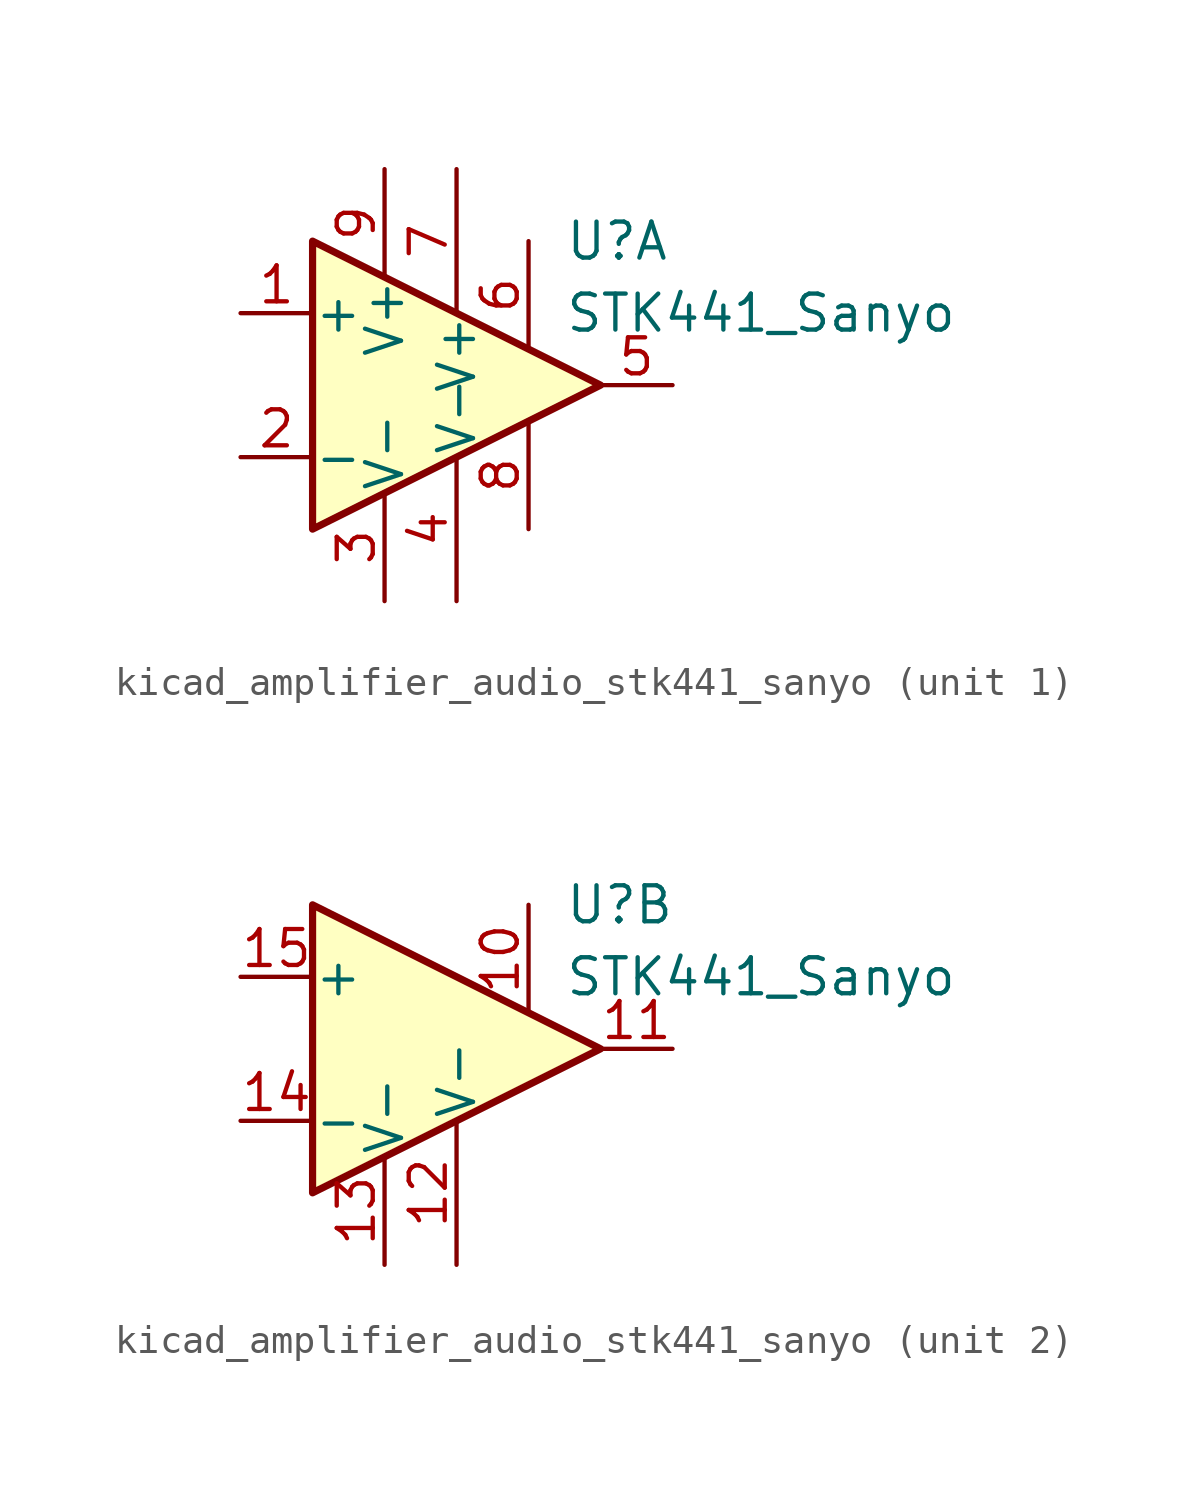
<source format=kicad_sym>
(kicad_symbol_lib
  (version 20220914)
  (generator kicad_symbol_editor)
  (symbol "kicad_amplifier_audio_stk441_sanyo"
    (pin_names
      (offset 0.025))
    (property "Reference" "U"
      (at 3.81 5.08 0)
      (effects (font (size 1.27 1.27)) (justify left)))
    (property "Value" "STK441_Sanyo"
      (at 3.81 2.54 0)
      (effects (font (size 1.27 1.27)) (justify left)))
    (symbol "kicad_amplifier_audio_stk441_sanyo_0_1"
      (polyline (pts (xy -5.08 5.08) (xy 5.08 0) (xy -5.08 -5.08) (xy -5.08 5.08)) (stroke (width 0.254) (type default)) (fill (type background))))
    (symbol "kicad_amplifier_audio_stk441_sanyo_1_1"
      (pin input line (at -7.62 2.54 0) (length 2.54) (name "+" (effects (font (size 1.27 1.27)))) (number "1" (effects (font (size 1.27 1.27)))))
      (pin input line (at -7.62 -2.54 0) (length 2.54) (name "-" (effects (font (size 1.27 1.27)))) (number "2" (effects (font (size 1.27 1.27)))))
      (pin power_in line (at -2.54 -7.62 90) (length 3.81) (name "V-" (effects (font (size 1.27 1.27)))) (number "3" (effects (font (size 1.27 1.27)))))
      (pin power_in line (at 0 -7.62 90) (length 5.08) (name "V-" (effects (font (size 1.27 1.27)))) (number "4" (effects (font (size 1.27 1.27)))))
      (pin output line (at 7.62 0 180) (length 2.54) (name "~" (effects (font (size 1.27 1.27)))) (number "5" (effects (font (size 1.27 1.27)))))
      (pin passive line (at 2.54 5.08 270) (length 3.81) (name "~" (effects (font (size 1.27 1.27)))) (number "6" (effects (font (size 1.27 1.27)))))
      (pin power_in line (at 0 7.62 270) (length 5.08) (name "V+" (effects (font (size 1.27 1.27)))) (number "7" (effects (font (size 1.27 1.27)))))
      (pin power_in line (at 2.54 -5.08 90) (length 3.81) (name "~" (effects (font (size 1.27 1.27)))) (number "8" (effects (font (size 1.27 1.27)))))
      (pin power_in line (at -2.54 7.62 270) (length 3.81) (name "V+" (effects (font (size 1.27 1.27)))) (number "9" (effects (font (size 1.27 1.27))))))
    (symbol "kicad_amplifier_audio_stk441_sanyo_2_1"
      (pin passive line (at 2.54 5.08 270) (length 3.81) (name "~" (effects (font (size 1.27 1.27)))) (number "10" (effects (font (size 1.27 1.27)))))
      (pin output line (at 7.62 0 180) (length 2.54) (name "~" (effects (font (size 1.27 1.27)))) (number "11" (effects (font (size 1.27 1.27)))))
      (pin power_in line (at 0 -7.62 90) (length 5.08) (name "V-" (effects (font (size 1.27 1.27)))) (number "12" (effects (font (size 1.27 1.27)))))
      (pin power_in line (at -2.54 -7.62 90) (length 3.81) (name "V-" (effects (font (size 1.27 1.27)))) (number "13" (effects (font (size 1.27 1.27)))))
      (pin input line (at -7.62 -2.54 0) (length 2.54) (name "-" (effects (font (size 1.27 1.27)))) (number "14" (effects (font (size 1.27 1.27)))))
      (pin input line (at -7.62 2.54 0) (length 2.54) (name "+" (effects (font (size 1.27 1.27)))) (number "15" (effects (font (size 1.27 1.27))))))))
</source>
